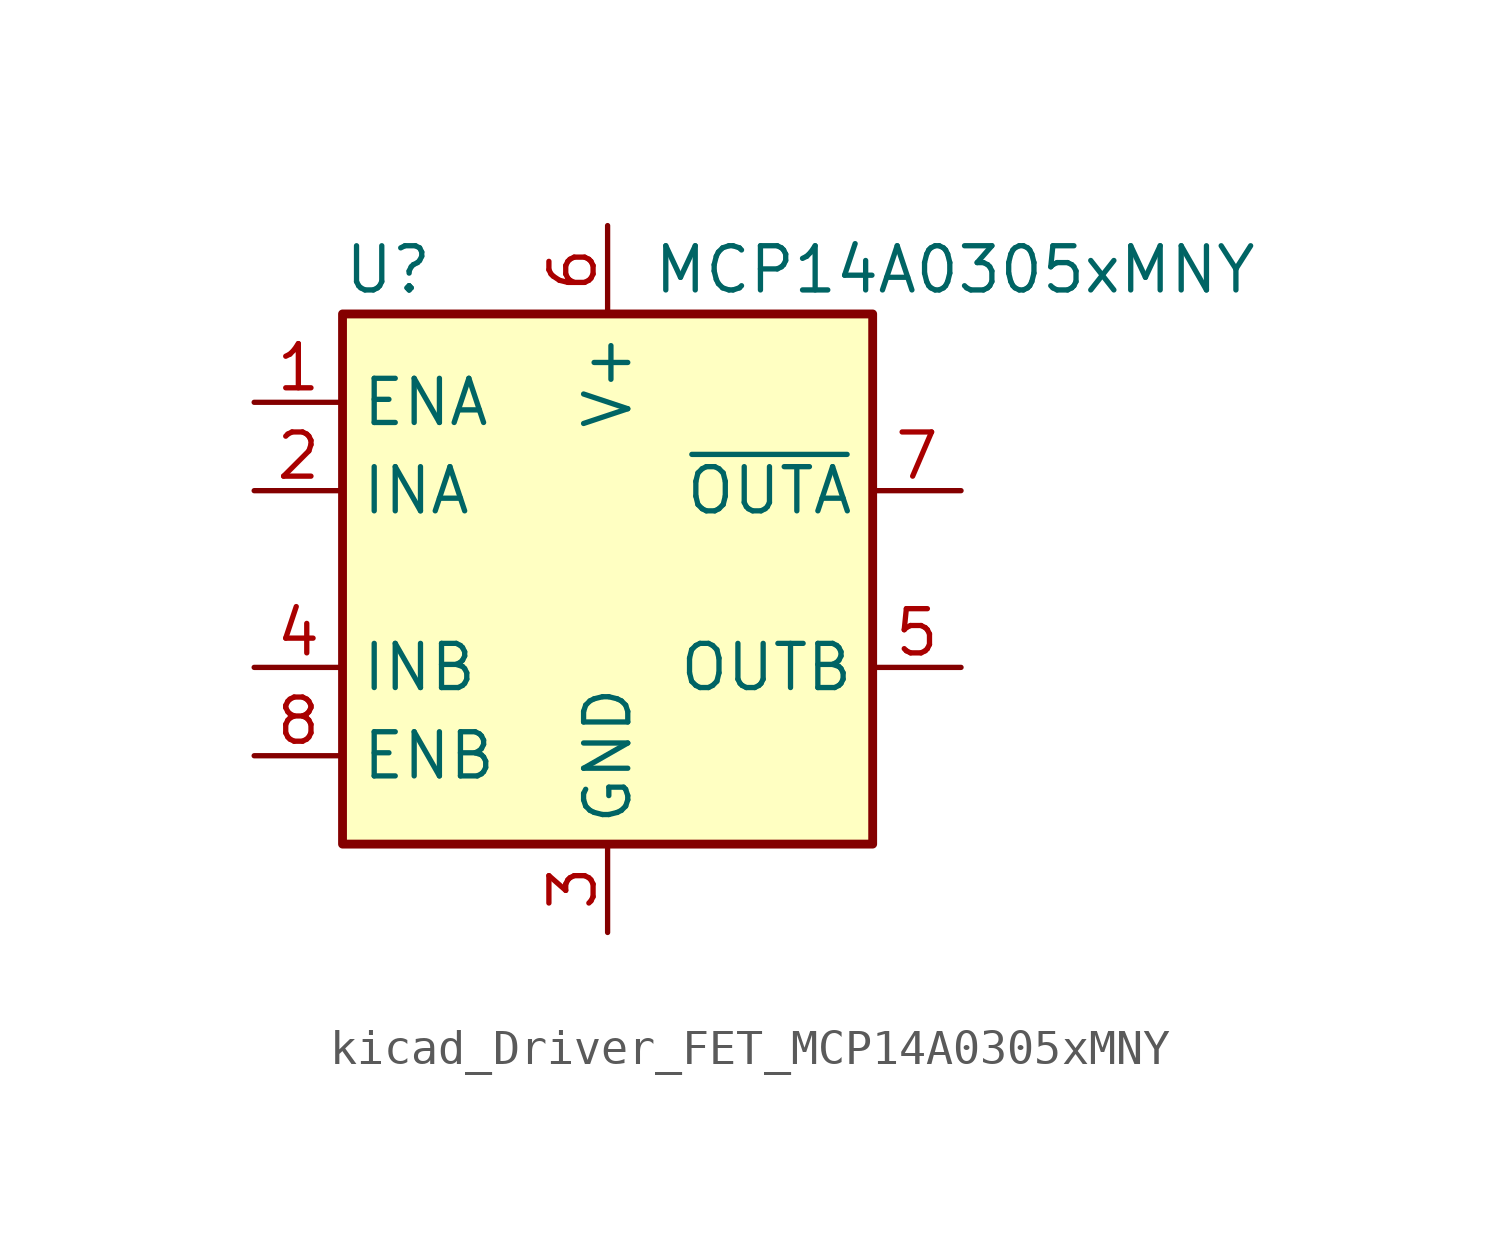
<source format=kicad_sym>
(kicad_symbol_lib
  (version 20220914)
  (generator kicad_symbol_editor)
  (symbol "kicad_Driver_FET_MCP14A0305xMNY"
    (property "Reference" "U"
      (at -7.62 8.89 0)
      (effects (font (size 1.27 1.27)) (justify left)))
    (property "Value" "MCP14A0305xMNY"
      (at 1.27 8.89 0)
      (effects (font (size 1.27 1.27)) (justify left)))
    (symbol "kicad_Driver_FET_MCP14A0305xMNY_0_1"
      (rectangle (start -7.62 -7.62) (end 7.62 7.62) (stroke (width 0.254) (type default)) (fill (type background))))
    (symbol "kicad_Driver_FET_MCP14A0305xMNY_1_1"
      (pin input line (at -10.16 5.08 0) (length 2.54) (name "ENA" (effects (font (size 1.27 1.27)))) (number "1" (effects (font (size 1.27 1.27)))))
      (pin input line (at -10.16 2.54 0) (length 2.54) (name "INA" (effects (font (size 1.27 1.27)))) (number "2" (effects (font (size 1.27 1.27)))))
      (pin power_in line (at 0 -10.16 90) (length 2.54) (name "GND" (effects (font (size 1.27 1.27)))) (number "3" (effects (font (size 1.27 1.27)))))
      (pin input line (at -10.16 -2.54 0) (length 2.54) (name "INB" (effects (font (size 1.27 1.27)))) (number "4" (effects (font (size 1.27 1.27)))))
      (pin output line (at 10.16 -2.54 180) (length 2.54) (name "OUTB" (effects (font (size 1.27 1.27)))) (number "5" (effects (font (size 1.27 1.27)))))
      (pin power_in line (at 0 10.16 270) (length 2.54) (name "V+" (effects (font (size 1.27 1.27)))) (number "6" (effects (font (size 1.27 1.27)))))
      (pin output line (at 10.16 2.54 180) (length 2.54) (name "~{OUTA}" (effects (font (size 1.27 1.27)))) (number "7" (effects (font (size 1.27 1.27)))))
      (pin input line (at -10.16 -5.08 0) (length 2.54) (name "ENB" (effects (font (size 1.27 1.27)))) (number "8" (effects (font (size 1.27 1.27)))))
      (pin passive line (at 0 -10.16 90) (length 2.54) hide (name "GND" (effects (font (size 1.27 1.27)))) (number "9" (effects (font (size 1.27 1.27))))))))
</source>
